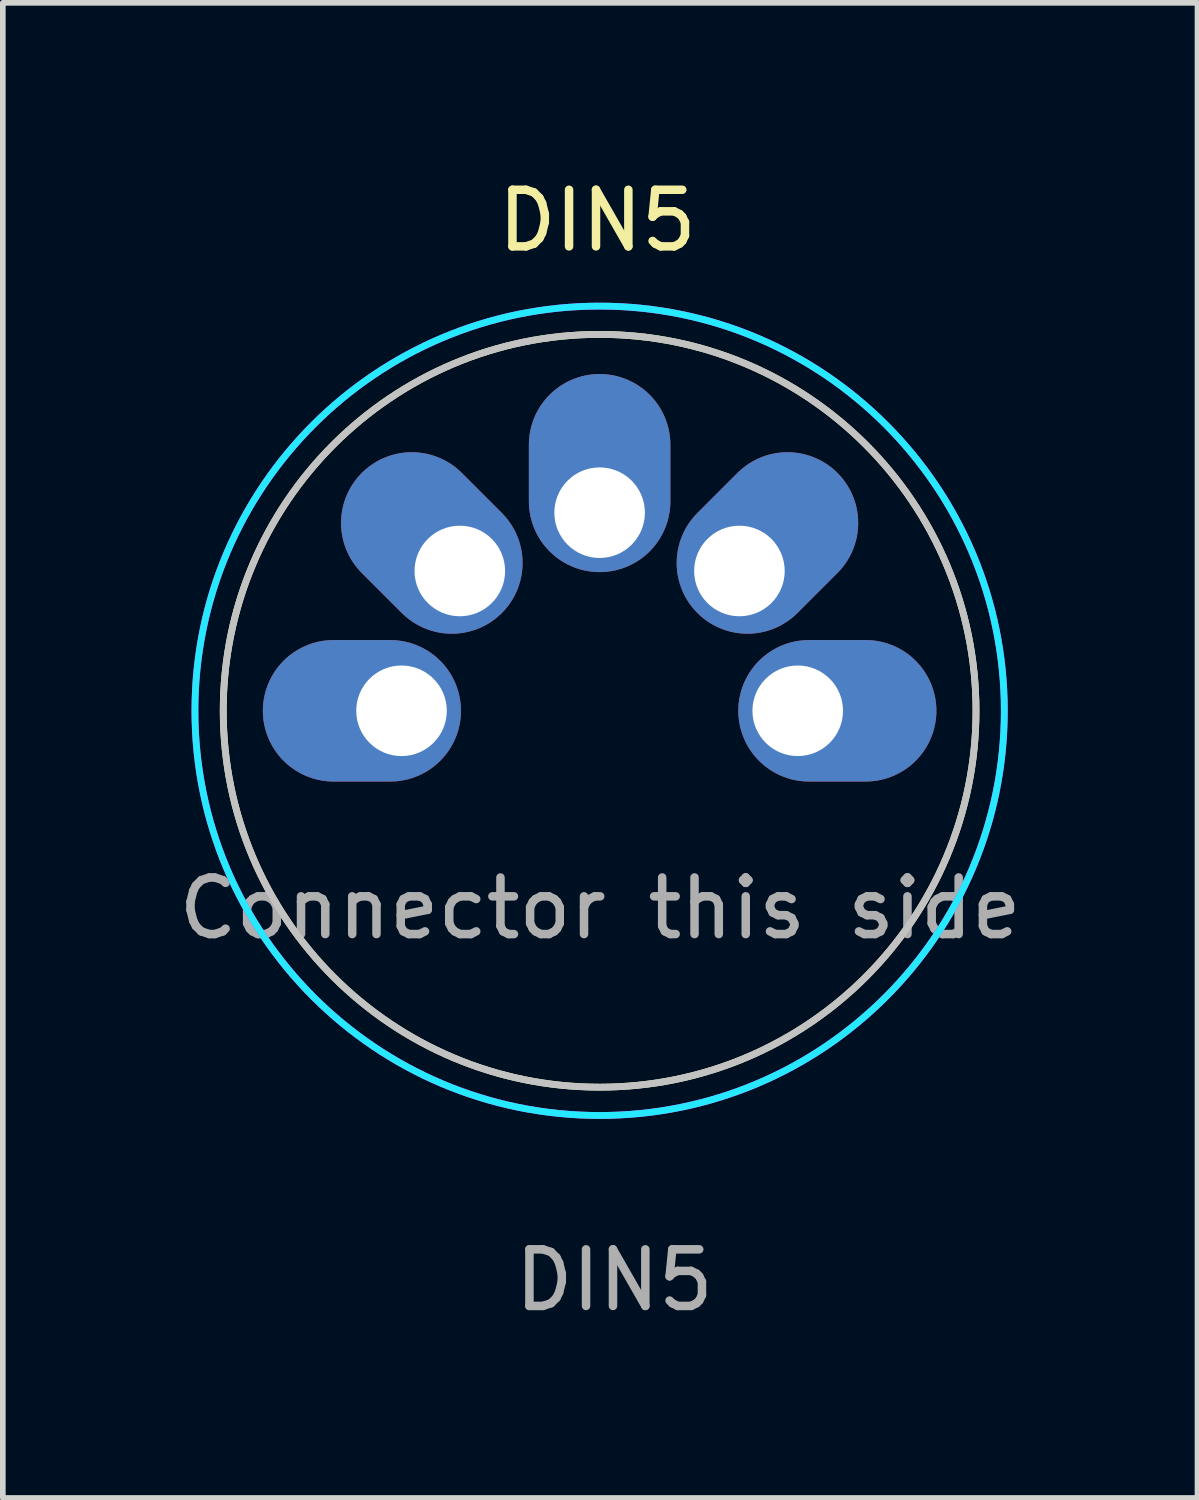
<source format=kicad_pcb>
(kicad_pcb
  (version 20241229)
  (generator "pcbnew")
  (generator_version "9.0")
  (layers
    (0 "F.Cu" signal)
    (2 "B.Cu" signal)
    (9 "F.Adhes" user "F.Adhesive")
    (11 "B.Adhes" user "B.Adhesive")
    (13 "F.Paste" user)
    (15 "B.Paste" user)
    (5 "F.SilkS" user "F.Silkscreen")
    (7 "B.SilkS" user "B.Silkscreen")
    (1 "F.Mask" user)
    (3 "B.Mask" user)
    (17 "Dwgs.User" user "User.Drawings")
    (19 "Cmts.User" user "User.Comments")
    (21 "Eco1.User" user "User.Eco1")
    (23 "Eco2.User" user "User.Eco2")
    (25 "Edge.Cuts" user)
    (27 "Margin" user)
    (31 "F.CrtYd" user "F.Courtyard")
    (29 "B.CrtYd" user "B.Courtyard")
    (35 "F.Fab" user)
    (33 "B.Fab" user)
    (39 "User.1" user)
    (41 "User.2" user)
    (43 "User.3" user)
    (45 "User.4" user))
  (footprint "DIN5"
    (layer "F.Cu")
    (at 7.544 9.508)
    (property "Reference" "DIN5" (at -0.04 -8.66 0) (unlocked yes) (layer "F.SilkS") (effects (font (size 1 1) (thickness 0.15))))
    (attr through_hole)
    (fp_circle (center 0 0) (end 6.65 0) (stroke (width 0.12) (type solid)) (fill no) (layer "F.SilkS"))
    (fp_circle (center 0 0) (end 6.65 0) (stroke (width 0.12) (type solid)) (fill no) (layer "Dwgs.User"))
    (fp_circle (center 0 0) (end 7.15 0) (stroke (width 0.12) (type solid)) (fill no) (layer "B.CrtYd"))
    (fp_circle (center 0 0) (end 7.15 0) (stroke (width 0.12) (type solid)) (fill no) (layer "F.CrtYd"))
    (fp_text user "${REFERENCE}" (at 0.26 10.06 0) (unlocked yes) (layer "F.Fab") (effects (font (size 1 1) (thickness 0.15))))
    (fp_text user "Connector this side" (at 0.01 3.49 0) (unlocked yes) (layer "F.Fab") (effects (font (size 1 1) (thickness 0.15))))
    (pad "1" thru_hole oval (at 3.5 0) (size 3.5 2.5) (drill 1.6 (offset 0.7 0)) (layers "*.Cu" "*.Mask"))
    (pad "2" thru_hole oval (at 0 -3.5 90) (size 3.5 2.5) (drill 1.6 (offset 0.7 0)) (layers "*.Cu" "*.Mask"))
    (pad "3" thru_hole oval (at -3.5 0 180) (size 3.5 2.5) (drill 1.6 (offset 0.7 0)) (layers "*.Cu" "*.Mask"))
    (pad "4" thru_hole oval (at 2.47 -2.47 45) (size 3.5 2.5) (drill 1.6 (offset 0.7 0)) (layers "*.Cu" "*.Mask"))
    (pad "5" thru_hole oval (at -2.47 -2.47 135) (size 3.5 2.5) (drill 1.6 (offset 0.7 0)) (layers "*.Cu" "*.Mask")))
  (gr_rect
    (start -3 -3)
    (end 18.107 23.416)
    (stroke (width 0.1) (type default))
    (fill no)
    (layer "Edge.Cuts")))
</source>
